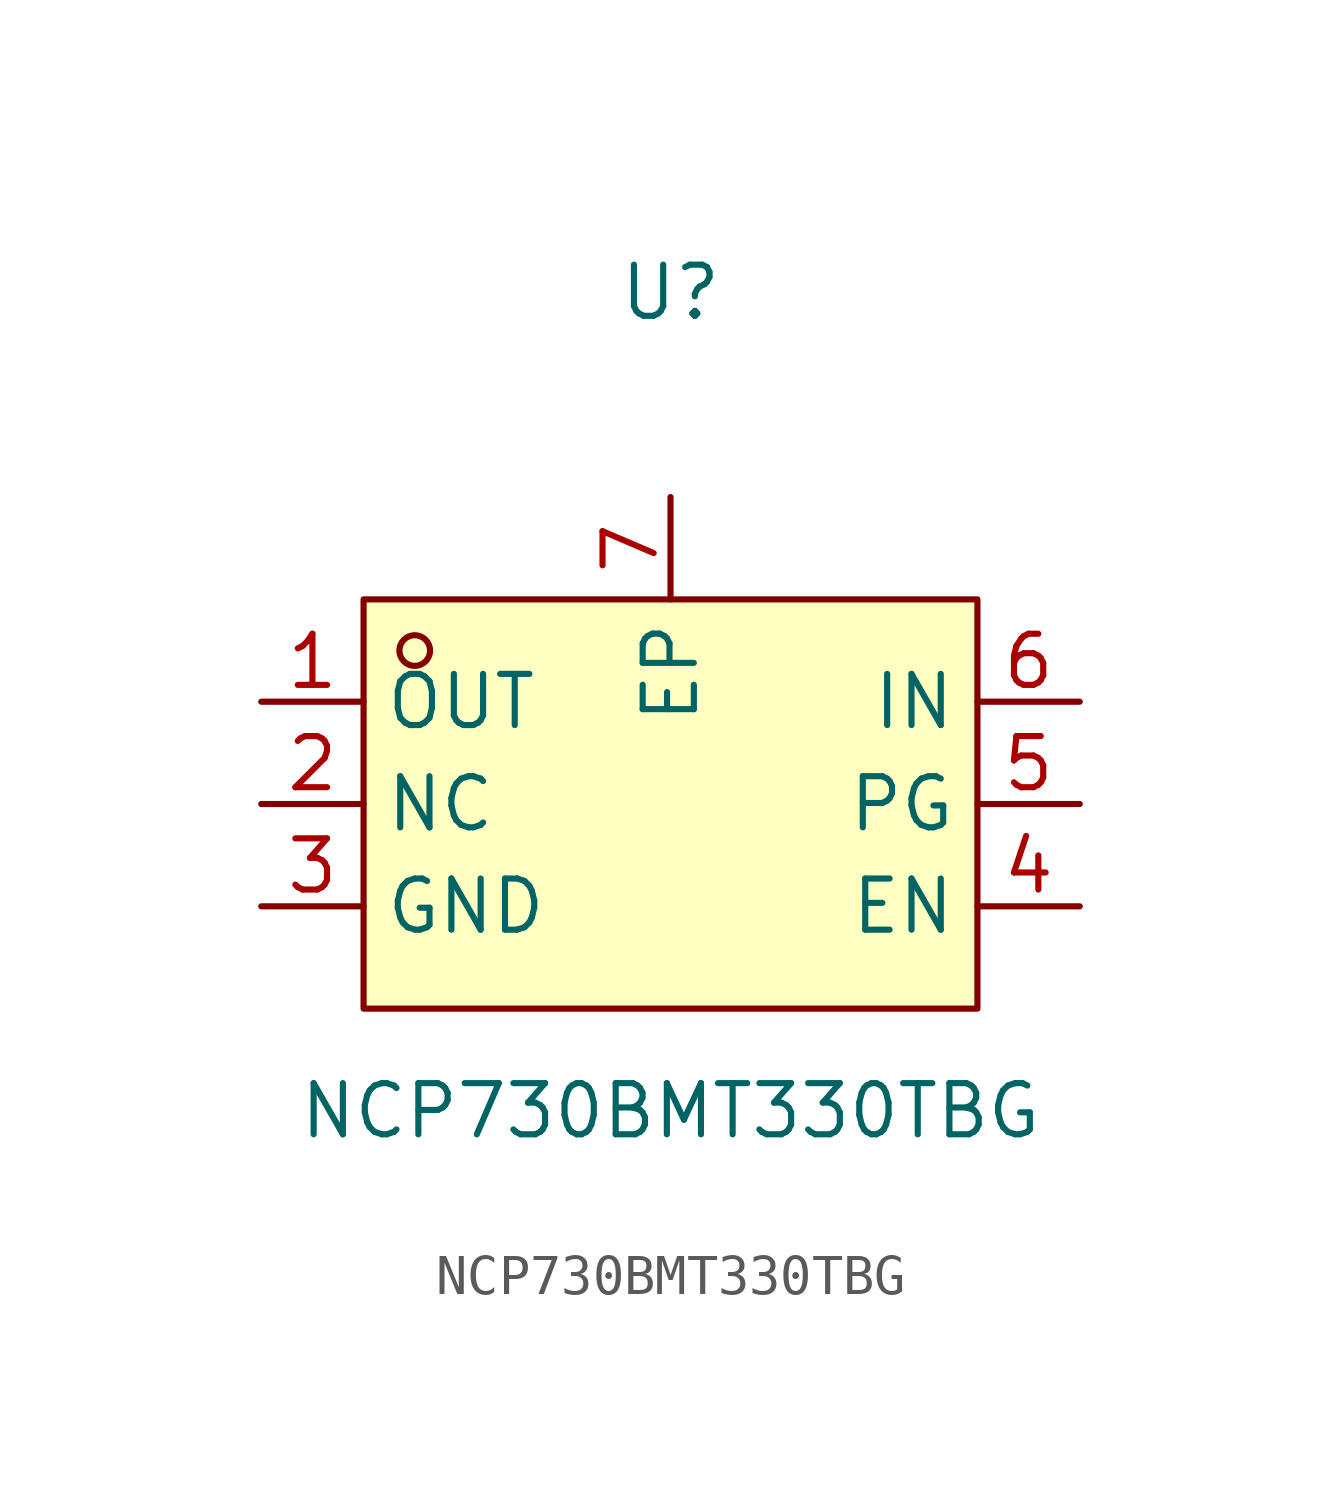
<source format=kicad_sym>
(kicad_symbol_lib
  (version 20211014)
  (generator https://github.com/uPesy/easyeda2kicad.py)
  (symbol "NCP730BMT330TBG"
    (property "Reference" "U"
      (at 0 10.16 0)
      (effects (font (size 1.27 1.27))))
    (property "Value" "NCP730BMT330TBG"
      (at 0 -10.16 0)
      (effects (font (size 1.27 1.27))))
    (symbol "NCP730BMT330TBG_0_1"
      (rectangle (start -7.62 2.54) (end 7.62 -7.62) (stroke (width 0) (type default) (color 0 0 0 0)) (fill (type background)))
      (circle (center -6.35 1.27) (radius 0.38) (stroke (width 0) (type default) (color 0 0 0 0)) (fill (type none)))
      (pin unspecified line (at 0.00 5.08 270) (length 2.54) (name "EP" (effects (font (size 1.27 1.27)))) (number "7" (effects (font (size 1.27 1.27)))))
      (pin unspecified line (at 10.16 -0.00 180) (length 2.54) (name "IN" (effects (font (size 1.27 1.27)))) (number "6" (effects (font (size 1.27 1.27)))))
      (pin unspecified line (at 10.16 -2.54 180) (length 2.54) (name "PG" (effects (font (size 1.27 1.27)))) (number "5" (effects (font (size 1.27 1.27)))))
      (pin unspecified line (at 10.16 -5.08 180) (length 2.54) (name "EN" (effects (font (size 1.27 1.27)))) (number "4" (effects (font (size 1.27 1.27)))))
      (pin unspecified line (at -10.16 -5.08 0) (length 2.54) (name "GND" (effects (font (size 1.27 1.27)))) (number "3" (effects (font (size 1.27 1.27)))))
      (pin unspecified line (at -10.16 -2.54 0) (length 2.54) (name "NC" (effects (font (size 1.27 1.27)))) (number "2" (effects (font (size 1.27 1.27)))))
      (pin unspecified line (at -10.16 -0.00 0) (length 2.54) (name "OUT" (effects (font (size 1.27 1.27)))) (number "1" (effects (font (size 1.27 1.27))))))))
</source>
